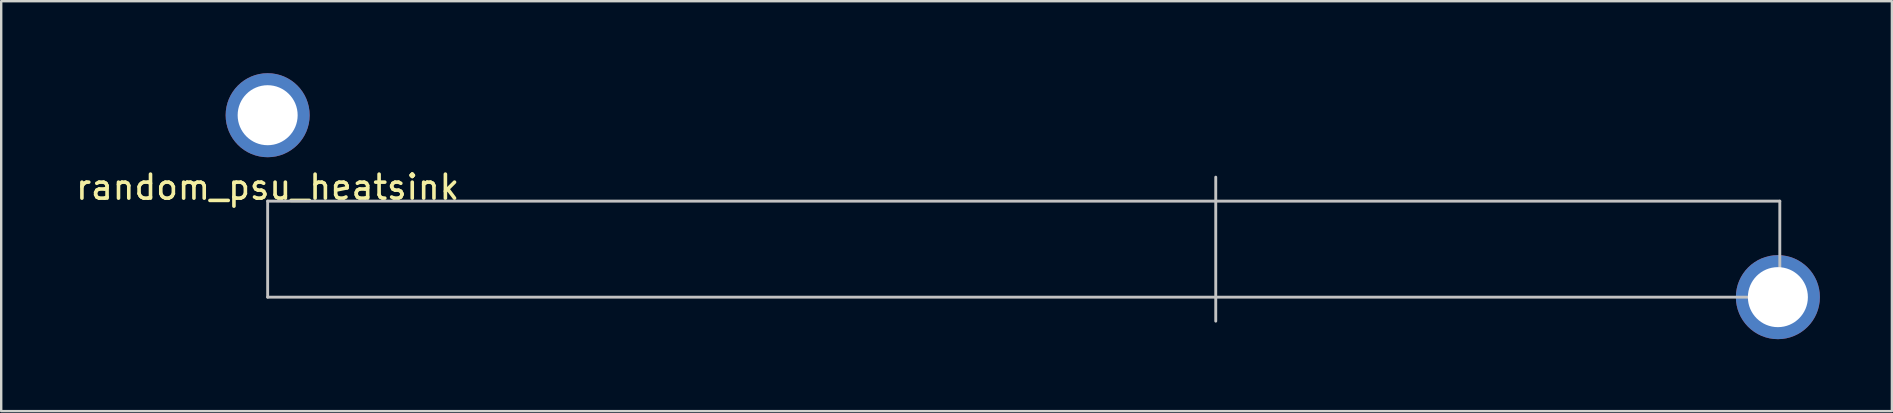
<source format=kicad_pcb>
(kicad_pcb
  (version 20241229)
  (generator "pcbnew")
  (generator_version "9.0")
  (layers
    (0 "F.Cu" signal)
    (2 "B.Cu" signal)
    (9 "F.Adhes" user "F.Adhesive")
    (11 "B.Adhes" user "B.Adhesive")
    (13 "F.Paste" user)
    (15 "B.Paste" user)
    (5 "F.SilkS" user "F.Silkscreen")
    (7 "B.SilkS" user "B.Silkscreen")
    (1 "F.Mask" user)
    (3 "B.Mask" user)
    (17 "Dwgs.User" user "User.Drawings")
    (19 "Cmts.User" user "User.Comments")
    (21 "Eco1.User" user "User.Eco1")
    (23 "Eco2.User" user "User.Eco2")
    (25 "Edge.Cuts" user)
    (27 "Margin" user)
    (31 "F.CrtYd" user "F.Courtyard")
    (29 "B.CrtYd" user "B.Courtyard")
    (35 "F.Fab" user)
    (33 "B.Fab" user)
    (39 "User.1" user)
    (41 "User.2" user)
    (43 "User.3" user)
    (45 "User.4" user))
  (footprint "random_psu_heatsink"
    (layer "F.Cu")
    (at 8.101 1.75)
    (property "Reference" "random_psu_heatsink" (at 0 3 0) (layer "F.SilkS") (effects (font (size 1 1) (thickness 0.15))))
    (attr through_hole)
    (fp_line (start 0 3.58) (end 63 3.58) (stroke (width 0.12) (type solid)) (layer "Dwgs.User"))
    (fp_line (start 0 7.58) (end 0 3.58) (stroke (width 0.12) (type solid)) (layer "Dwgs.User"))
    (fp_line (start 39.5 8.58) (end 39.5 2.58) (stroke (width 0.12) (type solid)) (layer "Dwgs.User"))
    (fp_line (start 63 3.58) (end 63 7.58) (stroke (width 0.12) (type solid)) (layer "Dwgs.User"))
    (fp_line (start 63 7.58) (end 0 7.58) (stroke (width 0.12) (type solid)) (layer "Dwgs.User"))
    (pad "" np_thru_hole circle (at 0 0) (size 3.5 3.5) (drill 2.5) (layers "*.Cu" "*.Mask"))
    (pad "" np_thru_hole circle (at 62.92 7.58) (size 3.5 3.5) (drill 2.5) (layers "*.Cu" "*.Mask")))
  (gr_rect
    (start -3 -3)
    (end 75.771 14.08)
    (stroke (width 0.1) (type default))
    (fill no)
    (layer "Edge.Cuts")))
</source>
